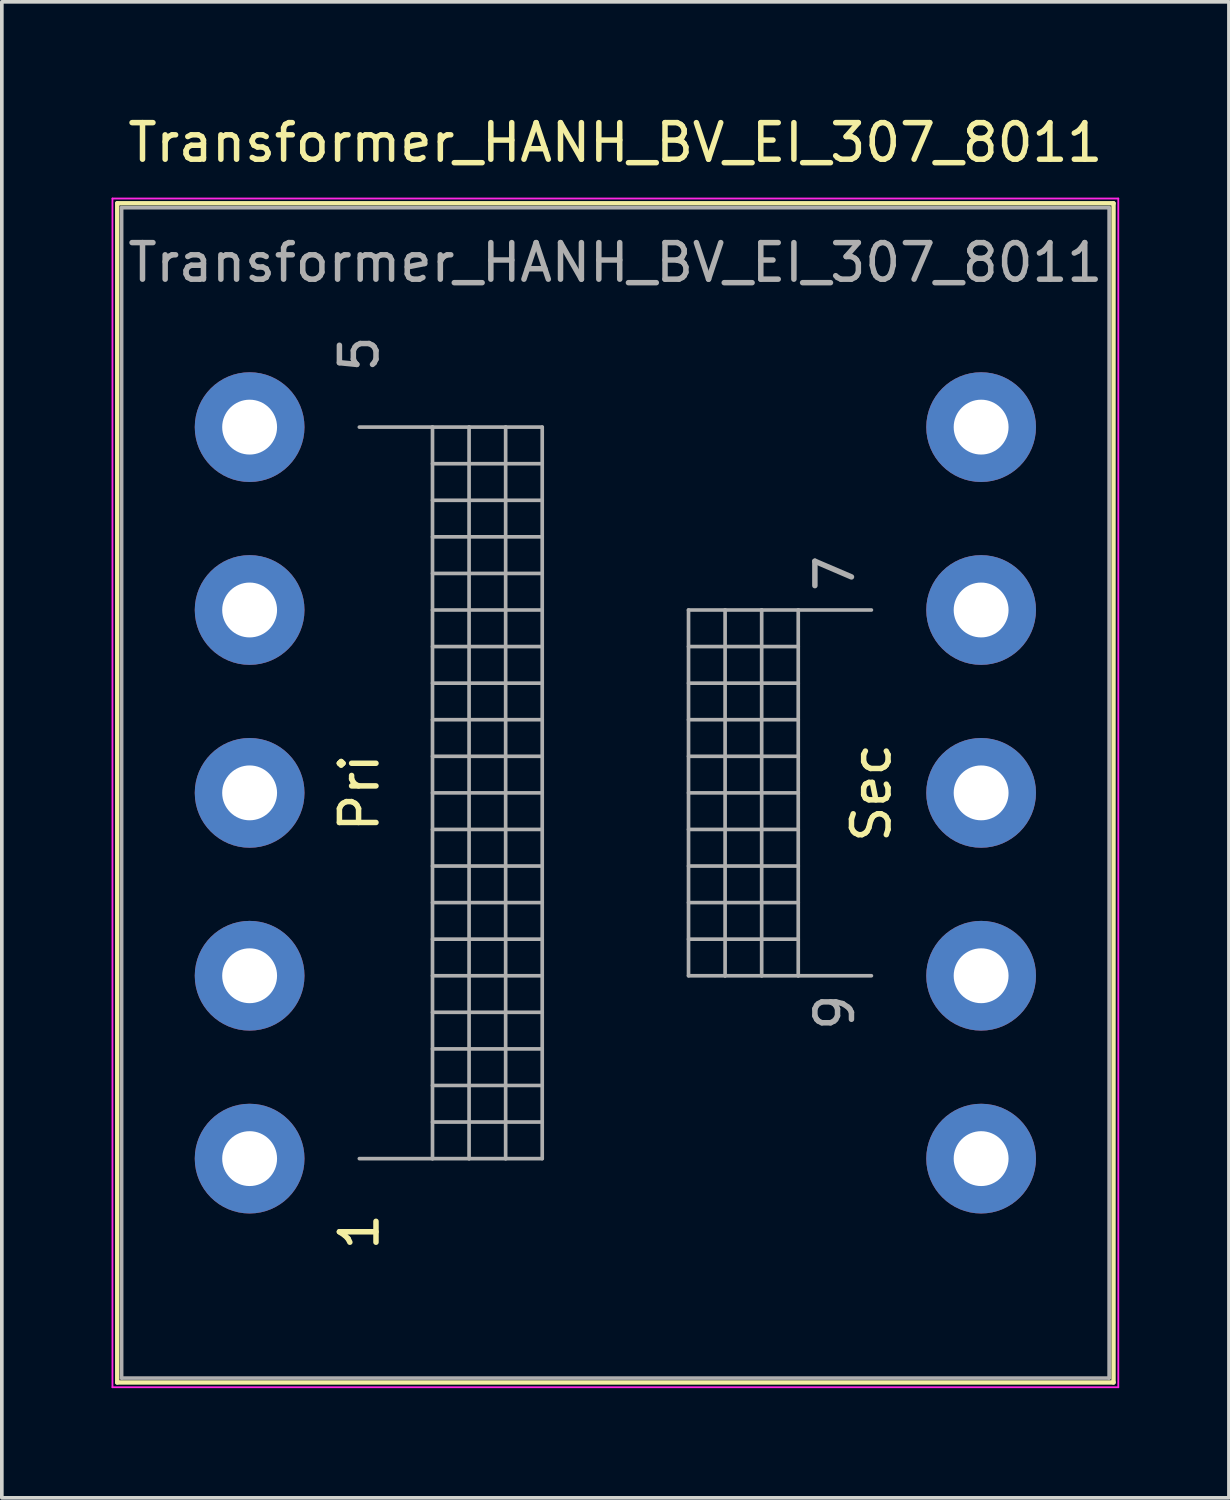
<source format=kicad_pcb>
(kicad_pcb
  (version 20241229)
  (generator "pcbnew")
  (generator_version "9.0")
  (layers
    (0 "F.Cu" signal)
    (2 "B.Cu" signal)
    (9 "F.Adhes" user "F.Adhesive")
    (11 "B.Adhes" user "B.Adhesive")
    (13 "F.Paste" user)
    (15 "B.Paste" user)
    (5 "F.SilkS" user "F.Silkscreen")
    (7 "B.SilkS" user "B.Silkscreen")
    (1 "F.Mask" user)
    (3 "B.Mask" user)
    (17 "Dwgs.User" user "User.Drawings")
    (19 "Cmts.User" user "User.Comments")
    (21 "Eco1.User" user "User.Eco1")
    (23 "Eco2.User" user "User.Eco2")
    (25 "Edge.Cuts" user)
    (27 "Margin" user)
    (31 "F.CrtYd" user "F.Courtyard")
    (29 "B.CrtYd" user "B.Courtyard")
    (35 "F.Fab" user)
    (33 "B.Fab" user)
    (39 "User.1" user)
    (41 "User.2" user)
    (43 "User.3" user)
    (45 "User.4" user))
  (footprint "Transformer_HANH_BV_EI_307_8011"
    (layer "F.Cu")
    (at 3.775 28.628)
    (property "Reference" "Transformer_HANH_BV_EI_307_8011" (at 10 -27.78 0) (layer "F.SilkS") (effects (font (size 1 1) (thickness 0.15))))
    (attr through_hole)
    (fp_line (start -3.62 -26.12) (end -3.62 6.12) (stroke (width 0.12) (type solid)) (layer "F.SilkS"))
    (fp_line (start -3.62 -26.12) (end 23.62 -26.12) (stroke (width 0.12) (type solid)) (layer "F.SilkS"))
    (fp_line (start 23.62 6.12) (end -3.62 6.12) (stroke (width 0.12) (type solid)) (layer "F.SilkS"))
    (fp_line (start 23.62 6.12) (end 23.62 -26.12) (stroke (width 0.12) (type solid)) (layer "F.SilkS"))
    (fp_line (start -3.75 -26.25) (end -3.75 6.25) (stroke (width 0.05) (type solid)) (layer "F.CrtYd"))
    (fp_line (start -3.75 -26.25) (end 23.75 -26.25) (stroke (width 0.05) (type solid)) (layer "F.CrtYd"))
    (fp_line (start 23.75 6.25) (end -3.75 6.25) (stroke (width 0.05) (type solid)) (layer "F.CrtYd"))
    (fp_line (start 23.75 6.25) (end 23.75 -26.25) (stroke (width 0.05) (type solid)) (layer "F.CrtYd"))
    (fp_line (start -3.5 -26) (end -3.5 6) (stroke (width 0.1) (type solid)) (layer "F.Fab"))
    (fp_line (start -3.5 6) (end 23.5 6) (stroke (width 0.1) (type solid)) (layer "F.Fab"))
    (fp_line (start 3 -20) (end 5 -20) (stroke (width 0.1) (type solid)) (layer "F.Fab"))
    (fp_line (start 5 -20) (end 5 0) (stroke (width 0.1) (type solid)) (layer "F.Fab"))
    (fp_line (start 5 -20) (end 6 -20) (stroke (width 0.1) (type solid)) (layer "F.Fab"))
    (fp_line (start 5 -19) (end 8 -19) (stroke (width 0.1) (type solid)) (layer "F.Fab"))
    (fp_line (start 5 -17) (end 8 -17) (stroke (width 0.1) (type solid)) (layer "F.Fab"))
    (fp_line (start 5 -15) (end 8 -15) (stroke (width 0.1) (type solid)) (layer "F.Fab"))
    (fp_line (start 5 -13) (end 8 -13) (stroke (width 0.1) (type solid)) (layer "F.Fab"))
    (fp_line (start 5 -11) (end 8 -11) (stroke (width 0.1) (type solid)) (layer "F.Fab"))
    (fp_line (start 5 -9) (end 8 -9) (stroke (width 0.1) (type solid)) (layer "F.Fab"))
    (fp_line (start 5 -7) (end 8 -7) (stroke (width 0.1) (type solid)) (layer "F.Fab"))
    (fp_line (start 5 -5) (end 8 -5) (stroke (width 0.1) (type solid)) (layer "F.Fab"))
    (fp_line (start 5 -3) (end 8 -3) (stroke (width 0.1) (type solid)) (layer "F.Fab"))
    (fp_line (start 5 -1) (end 8 -1) (stroke (width 0.1) (type solid)) (layer "F.Fab"))
    (fp_line (start 5 0) (end 3 0) (stroke (width 0.1) (type solid)) (layer "F.Fab"))
    (fp_line (start 6 -20) (end 6 0) (stroke (width 0.1) (type solid)) (layer "F.Fab"))
    (fp_line (start 6 -20) (end 7 -20) (stroke (width 0.1) (type solid)) (layer "F.Fab"))
    (fp_line (start 6 0) (end 5 0) (stroke (width 0.1) (type solid)) (layer "F.Fab"))
    (fp_line (start 7 -20) (end 7 0) (stroke (width 0.1) (type solid)) (layer "F.Fab"))
    (fp_line (start 7 -20) (end 8 -20) (stroke (width 0.1) (type solid)) (layer "F.Fab"))
    (fp_line (start 7 0) (end 6 0) (stroke (width 0.1) (type solid)) (layer "F.Fab"))
    (fp_line (start 8 -20) (end 8 0) (stroke (width 0.1) (type solid)) (layer "F.Fab"))
    (fp_line (start 8 -18) (end 5 -18) (stroke (width 0.1) (type solid)) (layer "F.Fab"))
    (fp_line (start 8 -16) (end 5 -16) (stroke (width 0.1) (type solid)) (layer "F.Fab"))
    (fp_line (start 8 -14) (end 5 -14) (stroke (width 0.1) (type solid)) (layer "F.Fab"))
    (fp_line (start 8 -12) (end 5 -12) (stroke (width 0.1) (type solid)) (layer "F.Fab"))
    (fp_line (start 8 -10) (end 5 -10) (stroke (width 0.1) (type solid)) (layer "F.Fab"))
    (fp_line (start 8 -8) (end 5 -8) (stroke (width 0.1) (type solid)) (layer "F.Fab"))
    (fp_line (start 8 -6) (end 5 -6) (stroke (width 0.1) (type solid)) (layer "F.Fab"))
    (fp_line (start 8 -4) (end 5 -4) (stroke (width 0.1) (type solid)) (layer "F.Fab"))
    (fp_line (start 8 -2) (end 5 -2) (stroke (width 0.1) (type solid)) (layer "F.Fab"))
    (fp_line (start 8 0) (end 7 0) (stroke (width 0.1) (type solid)) (layer "F.Fab"))
    (fp_line (start 12 -15) (end 12 -5) (stroke (width 0.1) (type solid)) (layer "F.Fab"))
    (fp_line (start 12 -14) (end 15 -14) (stroke (width 0.1) (type solid)) (layer "F.Fab"))
    (fp_line (start 12 -12) (end 15 -12) (stroke (width 0.1) (type solid)) (layer "F.Fab"))
    (fp_line (start 12 -10) (end 15 -10) (stroke (width 0.1) (type solid)) (layer "F.Fab"))
    (fp_line (start 12 -8) (end 15 -8) (stroke (width 0.1) (type solid)) (layer "F.Fab"))
    (fp_line (start 12 -6) (end 15 -6) (stroke (width 0.1) (type solid)) (layer "F.Fab"))
    (fp_line (start 12 -5) (end 13 -5) (stroke (width 0.1) (type solid)) (layer "F.Fab"))
    (fp_line (start 13 -15) (end 12 -15) (stroke (width 0.1) (type solid)) (layer "F.Fab"))
    (fp_line (start 13 -15) (end 13 -5) (stroke (width 0.1) (type solid)) (layer "F.Fab"))
    (fp_line (start 13 -5) (end 14 -5) (stroke (width 0.1) (type solid)) (layer "F.Fab"))
    (fp_line (start 14 -15) (end 13 -15) (stroke (width 0.1) (type solid)) (layer "F.Fab"))
    (fp_line (start 14 -15) (end 14 -5) (stroke (width 0.1) (type solid)) (layer "F.Fab"))
    (fp_line (start 14 -5) (end 15 -5) (stroke (width 0.1) (type solid)) (layer "F.Fab"))
    (fp_line (start 15 -15) (end 14 -15) (stroke (width 0.1) (type solid)) (layer "F.Fab"))
    (fp_line (start 15 -15) (end 15 -5) (stroke (width 0.1) (type solid)) (layer "F.Fab"))
    (fp_line (start 15 -13) (end 12 -13) (stroke (width 0.1) (type solid)) (layer "F.Fab"))
    (fp_line (start 15 -11) (end 12 -11) (stroke (width 0.1) (type solid)) (layer "F.Fab"))
    (fp_line (start 15 -9) (end 12 -9) (stroke (width 0.1) (type solid)) (layer "F.Fab"))
    (fp_line (start 15 -7) (end 12 -7) (stroke (width 0.1) (type solid)) (layer "F.Fab"))
    (fp_line (start 15 -5) (end 17 -5) (stroke (width 0.1) (type solid)) (layer "F.Fab"))
    (fp_line (start 17 -15) (end 15 -15) (stroke (width 0.1) (type solid)) (layer "F.Fab"))
    (fp_line (start 23.5 -26) (end -3.5 -26) (stroke (width 0.1) (type solid)) (layer "F.Fab"))
    (fp_line (start 23.5 6) (end 23.5 -26) (stroke (width 0.1) (type solid)) (layer "F.Fab"))
    (fp_text user "Sec" (at 17 -10 90) (layer "F.SilkS") (effects (font (size 1 1) (thickness 0.15))))
    (fp_text user "1" (at 3 2 90) (layer "F.SilkS") (effects (font (size 1 1) (thickness 0.15))))
    (fp_text user "Pri" (at 3 -10 90) (layer "F.SilkS") (effects (font (size 1 1) (thickness 0.15))))
    (fp_text user "9" (at 16 -4 90) (layer "F.Fab") (effects (font (size 1 1) (thickness 0.15))))
    (fp_text user "7" (at 16 -16 90) (layer "F.Fab") (effects (font (size 1 1) (thickness 0.15))))
    (fp_text user "${REFERENCE}" (at 10 -24.5 0) (layer "F.Fab") (effects (font (size 1 1) (thickness 0.15))))
    (fp_text user "5" (at 3 -22 90) (layer "F.Fab") (effects (font (size 1 1) (thickness 0.15))))
    (pad "1" thru_hole circle (at 0 0) (size 3 3) (drill 1.5) (layers "*.Cu" "*.Mask"))
    (pad "2" thru_hole circle (at 0 -5) (size 3 3) (drill 1.5) (layers "*.Cu" "*.Mask"))
    (pad "3" thru_hole circle (at 0 -10) (size 3 3) (drill 1.5) (layers "*.Cu" "*.Mask"))
    (pad "4" thru_hole circle (at 0 -15) (size 3 3) (drill 1.5) (layers "*.Cu" "*.Mask"))
    (pad "5" thru_hole circle (at 0 -20) (size 3 3) (drill 1.5) (layers "*.Cu" "*.Mask"))
    (pad "6" thru_hole circle (at 20 -20) (size 3 3) (drill 1.5) (layers "*.Cu" "*.Mask"))
    (pad "7" thru_hole circle (at 20 -15) (size 3 3) (drill 1.5) (layers "*.Cu" "*.Mask"))
    (pad "8" thru_hole circle (at 20 -10) (size 3 3) (drill 1.5) (layers "*.Cu" "*.Mask"))
    (pad "9" thru_hole circle (at 20 -5) (size 3 3) (drill 1.5) (layers "*.Cu" "*.Mask"))
    (pad "10" thru_hole circle (at 20 0) (size 3 3) (drill 1.5) (layers "*.Cu" "*.Mask")))
  (gr_rect
    (start -3 -3)
    (end 30.55 37.903)
    (stroke (width 0.1) (type default))
    (fill no)
    (layer "Edge.Cuts")))
</source>
